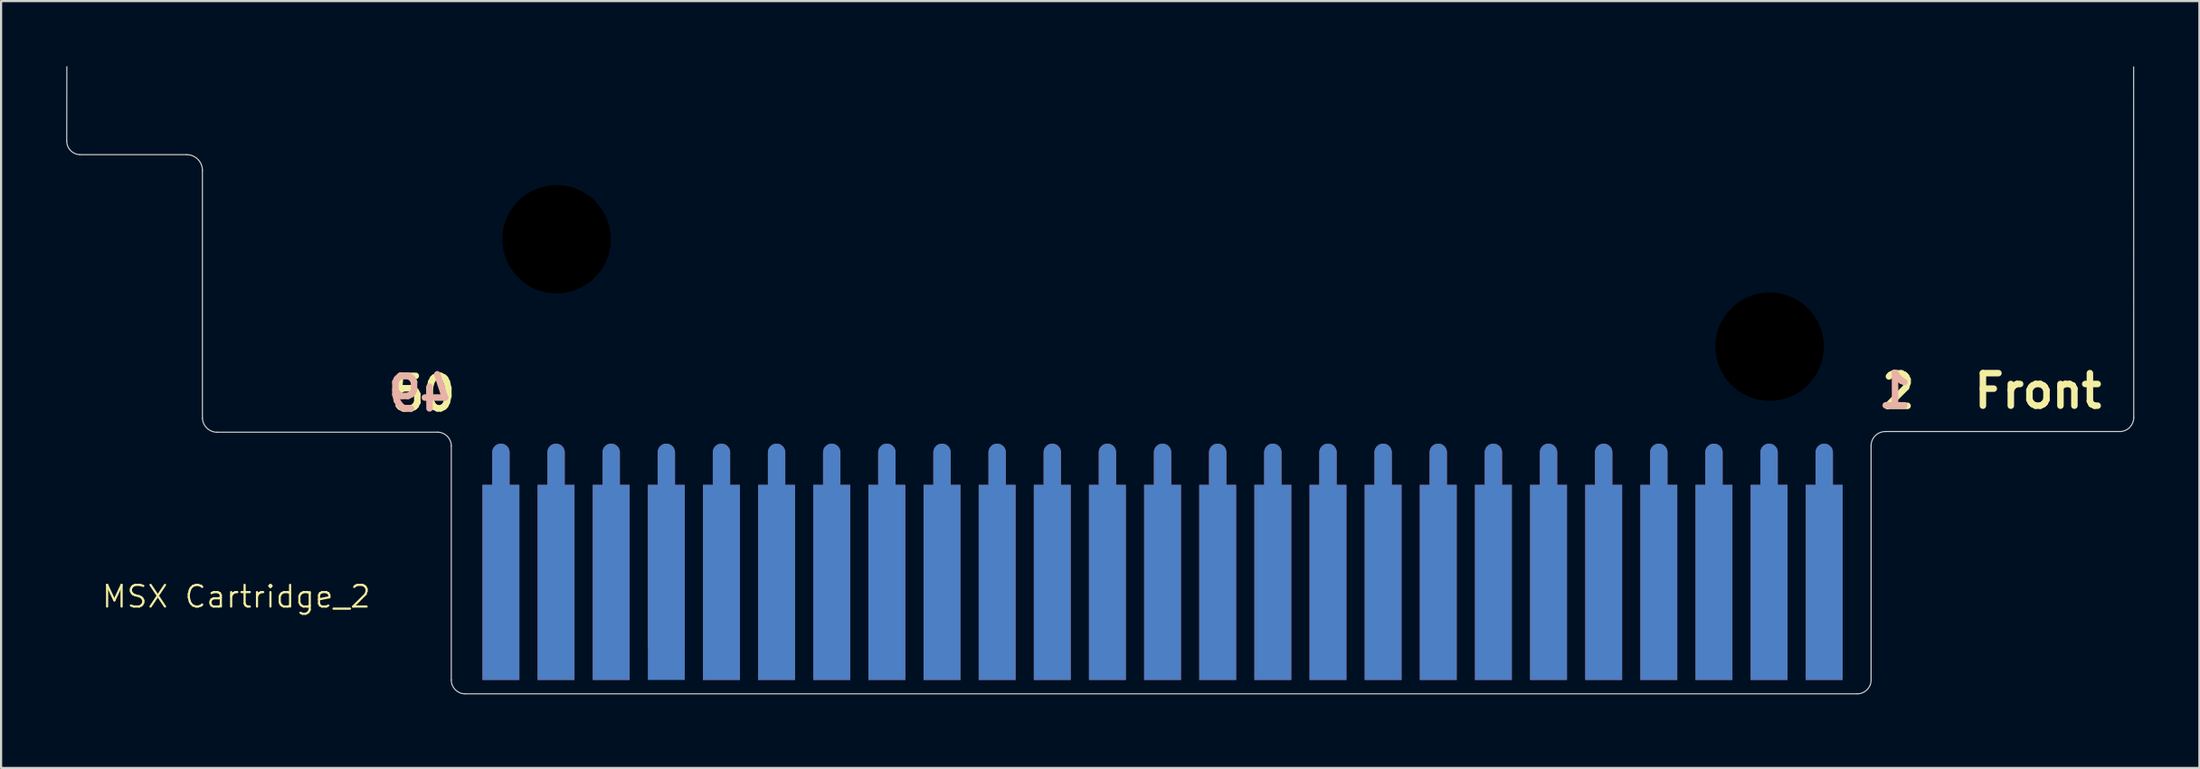
<source format=kicad_pcb>
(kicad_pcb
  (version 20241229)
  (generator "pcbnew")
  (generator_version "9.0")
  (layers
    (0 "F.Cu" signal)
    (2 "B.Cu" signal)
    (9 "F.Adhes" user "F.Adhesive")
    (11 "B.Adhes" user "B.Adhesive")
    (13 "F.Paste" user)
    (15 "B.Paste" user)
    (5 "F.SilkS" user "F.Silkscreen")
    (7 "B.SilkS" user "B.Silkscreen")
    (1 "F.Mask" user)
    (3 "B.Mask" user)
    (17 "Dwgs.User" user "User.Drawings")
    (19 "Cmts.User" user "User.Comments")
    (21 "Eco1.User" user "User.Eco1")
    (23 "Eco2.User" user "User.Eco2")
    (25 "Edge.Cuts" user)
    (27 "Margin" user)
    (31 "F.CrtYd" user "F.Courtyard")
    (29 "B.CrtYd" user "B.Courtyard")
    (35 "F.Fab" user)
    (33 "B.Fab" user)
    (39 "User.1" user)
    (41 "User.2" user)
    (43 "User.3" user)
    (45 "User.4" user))
  (footprint "MSX Cartridge_2"
    (layer "F.Cu")
    (at 20.029 17.805)
    (property "Reference" "MSX Cartridge_2" (at -12.192 6.659 0) (unlocked yes) (layer "F.SilkS") (effects (font (size 1 1) (thickness 0.1))))
    (attr smd)
    (fp_rect (start -2.29 1.535) (end 63.115 11.161) (stroke (width 0) (type solid)) (fill yes) (layer "F.Mask"))
    (fp_rect (start 63.115 1.56) (end -2.29 11.161) (stroke (width 0) (type solid)) (fill yes) (layer "B.Mask"))
    (fp_line (start -20 -17.78) (end -20.004 -14.348) (stroke (width 0.05) (type default)) (layer "Edge.Cuts"))
    (fp_line (start -19.41 -13.723) (end -14.479 -13.723) (stroke (width 0.05) (type default)) (layer "Edge.Cuts"))
    (fp_line (start -13.754 -1.564) (end -13.754 -12.994) (stroke (width 0.05) (type default)) (layer "Edge.Cuts"))
    (fp_line (start -2.925 -0.925) (end -13.085 -0.925) (stroke (width 0.05) (type default)) (layer "Edge.Cuts"))
    (fp_line (start -2.29 10.505) (end -2.29 -0.29) (stroke (width 0.05) (type default)) (layer "Edge.Cuts"))
    (fp_line (start 62.48 11.14) (end -1.655 11.14) (stroke (width 0.05) (type default)) (layer "Edge.Cuts"))
    (fp_line (start 63.115 -0.29) (end 63.115 10.505) (stroke (width 0.05) (type default)) (layer "Edge.Cuts"))
    (fp_line (start 74.571 -0.954) (end 63.776 -0.954) (stroke (width 0.05) (type default)) (layer "Edge.Cuts"))
    (fp_line (start 75.21 -17.77) (end 75.215 -1.598) (stroke (width 0.05) (type default)) (layer "Edge.Cuts"))
    (fp_arc (start -19.4096 -13.722623) (mid -19.831896 -13.916231) (end -20.004345 -14.3476) (stroke (width 0.05) (type default)) (layer "Edge.Cuts"))
    (fp_arc (start -14.4786 -13.722623) (mid -13.964524 -13.508857) (end -13.753588 -12.993613) (stroke (width 0.05) (type default)) (layer "Edge.Cuts"))
    (fp_arc (start -13.085031 -0.921789) (mid -13.546646 -1.11006) (end -13.753587 -1.563613) (stroke (width 0.05) (type default)) (layer "Edge.Cuts"))
    (fp_arc (start -2.925 -0.925) (mid -2.475987 -0.739013) (end -2.29 -0.29) (stroke (width 0.05) (type default)) (layer "Edge.Cuts"))
    (fp_arc (start -1.655 11.14) (mid -2.104013 10.954013) (end -2.29 10.505) (stroke (width 0.05) (type default)) (layer "Edge.Cuts"))
    (fp_arc (start 63.115 10.505) (mid 62.929013 10.954013) (end 62.48 11.14) (stroke (width 0.05) (type default)) (layer "Edge.Cuts"))
    (fp_arc (start 63.115001 -0.29) (mid 63.306001 -0.760549) (end 63.775535 -0.95403) (stroke (width 0.05) (type default)) (layer "Edge.Cuts"))
    (fp_arc (start 75.21497 -1.5976) (mid 75.026167 -1.142222) (end 74.570535 -0.954031) (stroke (width 0.05) (type default)) (layer "Edge.Cuts"))
    (fp_text user "Front" (at 67.712 -1.948 0) (unlocked yes) (layer "F.SilkS") (effects (font (size 1.5 1.5) (thickness 0.3) (bold yes)) (justify left bottom)))
    (fp_text user "2" (at 63.455 -1.939 0) (unlocked yes) (layer "F.SilkS") (effects (font (size 1.5 1.5) (thickness 0.3) (bold yes)) (justify left bottom)))
    (fp_text user "50" (at -5.195 -1.823 0) (unlocked yes) (layer "F.SilkS") (effects (font (size 1.5 1.5) (thickness 0.3) (bold yes)) (justify left bottom)))
    (fp_text user "49" (at -2.095 -1.823 0) (unlocked yes) (layer "B.SilkS") (effects (font (size 1.5 1.5) (thickness 0.3) (bold yes)) (justify left bottom mirror)))
    (fp_text user "1" (at 65.13 -1.964 0) (unlocked yes) (layer "B.SilkS") (effects (font (size 1.5 1.5) (thickness 0.3) (bold yes)) (justify left bottom mirror)))
    (pad "" np_thru_hole circle (at 2.561 -9.823) (size 6 6) (drill 5) (layers "*.Mask"))
    (pad "" np_thru_hole circle (at 58.441 -4.87) (size 6 6) (drill 5) (layers "*.Mask"))
    (pad "1" smd custom (at 60.956 0.003) (size 0.6 0.6) (layers "B.Cu" "B.Mask" "B.Paste") (options (anchor circle)) (primitives (gr_line (start 0 1.5) (end 0 0) (width 0.8)) (gr_poly (pts (xy 0.85 1.5) (xy 0.85 10.5) (xy -0.85 10.5) (xy -0.85 1.5)) (width 0) (fill yes))))
    (pad "2" smd custom (at 60.956 0.003) (size 0.6 0.6) (layers "F.Cu" "F.Mask" "F.Paste") (options (anchor circle)) (primitives (gr_line (start 0 0) (end 0 1.5) (width 0.8)) (gr_poly (pts (xy -0.85 1.5) (xy -0.85 10.5) (xy 0.85 10.5) (xy 0.85 1.5)) (width 0) (fill yes))))
    (pad "3" smd custom (at 58.416 0.003) (size 0.6 0.6) (layers "B.Cu" "B.Mask" "B.Paste") (options (anchor circle)) (primitives (gr_line (start 0 1.5) (end 0 0) (width 0.8)) (gr_poly (pts (xy 0.85 1.5) (xy 0.85 10.5) (xy -0.85 10.5) (xy -0.85 1.5)) (width 0) (fill yes))))
    (pad "4" smd custom (at 58.416 0.003) (size 0.6 0.6) (layers "F.Cu" "F.Mask" "F.Paste") (options (anchor circle)) (primitives (gr_line (start 0 0) (end 0 1.5) (width 0.8)) (gr_poly (pts (xy -0.85 1.5) (xy -0.85 10.5) (xy 0.85 10.5) (xy 0.85 1.5)) (width 0) (fill yes))))
    (pad "5" smd custom (at 55.876 0.003) (size 0.6 0.6) (layers "B.Cu" "B.Mask" "B.Paste") (options (anchor circle)) (primitives (gr_line (start 0 1.5) (end 0 0) (width 0.8)) (gr_poly (pts (xy 0.85 1.5) (xy 0.85 10.5) (xy -0.85 10.5) (xy -0.85 1.5)) (width 0) (fill yes))))
    (pad "6" smd custom (at 55.876 0.003) (size 0.6 0.6) (layers "F.Cu" "F.Mask" "F.Paste") (options (anchor circle)) (primitives (gr_line (start 0 0) (end 0 1.5) (width 0.8)) (gr_poly (pts (xy -0.85 1.5) (xy -0.85 10.5) (xy 0.85 10.5) (xy 0.85 1.5)) (width 0) (fill yes))))
    (pad "7" smd custom (at 53.336 0.003) (size 0.6 0.6) (layers "B.Cu" "B.Mask" "B.Paste") (options (anchor circle)) (primitives (gr_line (start 0 1.5) (end 0 0) (width 0.8)) (gr_poly (pts (xy 0.85 1.5) (xy 0.85 10.5) (xy -0.85 10.5) (xy -0.85 1.5)) (width 0) (fill yes))))
    (pad "8" smd custom (at 53.336 0.003) (size 0.6 0.6) (layers "F.Cu" "F.Mask" "F.Paste") (options (anchor circle)) (primitives (gr_line (start 0 0) (end 0 1.5) (width 0.8)) (gr_poly (pts (xy -0.85 1.5) (xy -0.85 10.5) (xy 0.85 10.5) (xy 0.85 1.5)) (width 0) (fill yes))))
    (pad "9" smd custom (at 50.796 0.003) (size 0.6 0.6) (layers "B.Cu" "B.Mask" "B.Paste") (options (anchor circle)) (primitives (gr_line (start 0 1.5) (end 0 0) (width 0.8)) (gr_poly (pts (xy 0.85 1.5) (xy 0.85 10.5) (xy -0.85 10.5) (xy -0.85 1.5)) (width 0) (fill yes))))
    (pad "10" smd custom (at 50.796 0.003) (size 0.6 0.6) (layers "F.Cu" "F.Mask" "F.Paste") (options (anchor circle)) (primitives (gr_line (start 0 0) (end 0 1.5) (width 0.8)) (gr_poly (pts (xy -0.85 1.5) (xy -0.85 10.5) (xy 0.85 10.5) (xy 0.85 1.5)) (width 0) (fill yes))))
    (pad "11" smd custom (at 48.256 0.003) (size 0.6 0.6) (layers "B.Cu" "B.Mask" "B.Paste") (options (anchor circle)) (primitives (gr_line (start 0 1.5) (end 0 0) (width 0.8)) (gr_poly (pts (xy 0.85 1.5) (xy 0.85 10.5) (xy -0.85 10.5) (xy -0.85 1.5)) (width 0) (fill yes))))
    (pad "12" smd custom (at 48.256 0.003) (size 0.6 0.6) (layers "F.Cu" "F.Mask" "F.Paste") (options (anchor circle)) (primitives (gr_line (start 0 0) (end 0 1.5) (width 0.8)) (gr_poly (pts (xy -0.85 1.5) (xy -0.85 10.5) (xy 0.85 10.5) (xy 0.85 1.5)) (width 0) (fill yes))))
    (pad "13" smd custom (at 45.716 0.003) (size 0.6 0.6) (layers "B.Cu" "B.Mask" "B.Paste") (options (anchor circle)) (primitives (gr_line (start 0 1.5) (end 0 0) (width 0.8)) (gr_poly (pts (xy 0.85 1.5) (xy 0.85 10.5) (xy -0.85 10.5) (xy -0.85 1.5)) (width 0) (fill yes))))
    (pad "14" smd custom (at 45.716 0.003) (size 0.6 0.6) (layers "F.Cu" "F.Mask" "F.Paste") (options (anchor circle)) (primitives (gr_line (start 0 0) (end 0 1.5) (width 0.8)) (gr_poly (pts (xy -0.85 1.5) (xy -0.85 10.5) (xy 0.85 10.5) (xy 0.85 1.5)) (width 0) (fill yes))))
    (pad "15" smd custom (at 43.176 0.003) (size 0.6 0.6) (layers "B.Cu" "B.Mask" "B.Paste") (options (anchor circle)) (primitives (gr_line (start 0 1.5) (end 0 0) (width 0.8)) (gr_poly (pts (xy 0.85 1.5) (xy 0.85 10.5) (xy -0.85 10.5) (xy -0.85 1.5)) (width 0) (fill yes))))
    (pad "16" smd custom (at 43.176 0.003) (size 0.6 0.6) (layers "F.Cu" "F.Mask" "F.Paste") (options (anchor circle)) (primitives (gr_line (start 0 0) (end 0 1.5) (width 0.8)) (gr_poly (pts (xy -0.85 1.5) (xy -0.85 10.5) (xy 0.85 10.5) (xy 0.85 1.5)) (width 0) (fill yes))))
    (pad "17" smd custom (at 40.636 0.003) (size 0.6 0.6) (layers "B.Cu" "B.Mask" "B.Paste") (options (anchor circle)) (primitives (gr_line (start 0 1.5) (end 0 0) (width 0.8)) (gr_poly (pts (xy 0.85 1.5) (xy 0.85 10.5) (xy -0.85 10.5) (xy -0.85 1.5)) (width 0) (fill yes))))
    (pad "18" smd custom (at 40.636 0.003) (size 0.6 0.6) (layers "F.Cu" "F.Mask" "F.Paste") (options (anchor circle)) (primitives (gr_line (start 0 0) (end 0 1.5) (width 0.8)) (gr_poly (pts (xy -0.85 1.5) (xy -0.85 10.5) (xy 0.85 10.5) (xy 0.85 1.5)) (width 0) (fill yes))))
    (pad "19" smd custom (at 38.096 0.003) (size 0.6 0.6) (layers "B.Cu" "B.Mask" "B.Paste") (options (anchor circle)) (primitives (gr_line (start 0 1.5) (end 0 0) (width 0.8)) (gr_poly (pts (xy 0.85 1.5) (xy 0.85 10.5) (xy -0.85 10.5) (xy -0.85 1.5)) (width 0) (fill yes))))
    (pad "20" smd custom (at 38.096 0.003) (size 0.6 0.6) (layers "F.Cu" "F.Mask" "F.Paste") (options (anchor circle)) (primitives (gr_line (start 0 0) (end 0 1.5) (width 0.8)) (gr_poly (pts (xy -0.85 1.5) (xy -0.85 10.5) (xy 0.85 10.5) (xy 0.85 1.5)) (width 0) (fill yes))))
    (pad "21" smd custom (at 35.556 0.003) (size 0.6 0.6) (layers "B.Cu" "B.Mask" "B.Paste") (options (anchor circle)) (primitives (gr_line (start 0 1.5) (end 0 0) (width 0.8)) (gr_poly (pts (xy 0.85 1.5) (xy 0.85 10.5) (xy -0.85 10.5) (xy -0.85 1.5)) (width 0) (fill yes))))
    (pad "22" smd custom (at 35.556 0.003) (size 0.6 0.6) (layers "F.Cu" "F.Mask" "F.Paste") (options (anchor circle)) (primitives (gr_line (start 0 0) (end 0 1.5) (width 0.8)) (gr_poly (pts (xy -0.85 1.5) (xy -0.85 10.5) (xy 0.85 10.5) (xy 0.85 1.5)) (width 0) (fill yes))))
    (pad "23" smd custom (at 33.016 0.003) (size 0.6 0.6) (layers "B.Cu" "B.Mask" "B.Paste") (options (anchor circle)) (primitives (gr_line (start 0 1.5) (end 0 0) (width 0.8)) (gr_poly (pts (xy 0.85 1.5) (xy 0.85 10.5) (xy -0.85 10.5) (xy -0.85 1.5)) (width 0) (fill yes))))
    (pad "24" smd custom (at 33.016 0.003) (size 0.6 0.6) (layers "F.Cu" "F.Mask" "F.Paste") (options (anchor circle)) (primitives (gr_line (start 0 0) (end 0 1.5) (width 0.8)) (gr_poly (pts (xy -0.85 1.5) (xy -0.85 10.5) (xy 0.85 10.5) (xy 0.85 1.5)) (width 0) (fill yes))))
    (pad "25" smd custom (at 30.476 0.003) (size 0.6 0.6) (layers "B.Cu" "B.Mask" "B.Paste") (options (anchor circle)) (primitives (gr_line (start 0 1.5) (end 0 0) (width 0.8)) (gr_poly (pts (xy 0.85 1.5) (xy 0.85 10.5) (xy -0.85 10.5) (xy -0.85 1.5)) (width 0) (fill yes))))
    (pad "26" smd custom (at 30.476 0.003) (size 0.6 0.6) (layers "F.Cu" "F.Mask" "F.Paste") (options (anchor circle)) (primitives (gr_line (start 0 0) (end 0 1.5) (width 0.8)) (gr_poly (pts (xy -0.85 1.5) (xy -0.85 10.5) (xy 0.85 10.5) (xy 0.85 1.5)) (width 0) (fill yes))))
    (pad "27" smd custom (at 27.936 0.003) (size 0.6 0.6) (layers "B.Cu" "B.Mask" "B.Paste") (options (anchor circle)) (primitives (gr_line (start 0 1.5) (end 0 0) (width 0.8)) (gr_poly (pts (xy 0.85 1.5) (xy 0.85 10.5) (xy -0.85 10.5) (xy -0.85 1.5)) (width 0) (fill yes))))
    (pad "28" smd custom (at 27.936 0.003) (size 0.6 0.6) (layers "F.Cu" "F.Mask" "F.Paste") (options (anchor circle)) (primitives (gr_line (start 0 0) (end 0 1.5) (width 0.8)) (gr_poly (pts (xy -0.85 1.5) (xy -0.85 10.5) (xy 0.85 10.5) (xy 0.85 1.5)) (width 0) (fill yes))))
    (pad "29" smd custom (at 25.396 0.003) (size 0.6 0.6) (layers "B.Cu" "B.Mask" "B.Paste") (options (anchor circle)) (primitives (gr_line (start 0 1.5) (end 0 0) (width 0.8)) (gr_poly (pts (xy 0.85 1.5) (xy 0.85 10.5) (xy -0.85 10.5) (xy -0.85 1.5)) (width 0) (fill yes))))
    (pad "30" smd custom (at 25.396 0.003) (size 0.6 0.6) (layers "F.Cu" "F.Mask" "F.Paste") (options (anchor circle)) (primitives (gr_line (start 0 0) (end 0 1.5) (width 0.8)) (gr_poly (pts (xy -0.85 1.5) (xy -0.85 10.5) (xy 0.85 10.5) (xy 0.85 1.5)) (width 0) (fill yes))))
    (pad "31" smd custom (at 22.856 0.003) (size 0.6 0.6) (layers "B.Cu" "B.Mask" "B.Paste") (options (anchor circle)) (primitives (gr_line (start 0 1.5) (end 0 0) (width 0.8)) (gr_poly (pts (xy 0.85 1.5) (xy 0.85 10.5) (xy -0.85 10.5) (xy -0.85 1.5)) (width 0) (fill yes))))
    (pad "32" smd custom (at 22.856 0.003) (size 0.6 0.6) (layers "F.Cu" "F.Mask" "F.Paste") (options (anchor circle)) (primitives (gr_line (start 0 0) (end 0 1.5) (width 0.8)) (gr_poly (pts (xy -0.85 1.5) (xy -0.85 10.5) (xy 0.85 10.5) (xy 0.85 1.5)) (width 0) (fill yes))))
    (pad "33" smd custom (at 20.316 0.003) (size 0.6 0.6) (layers "B.Cu" "B.Mask" "B.Paste") (options (anchor circle)) (primitives (gr_line (start 0 1.5) (end 0 0) (width 0.8)) (gr_poly (pts (xy 0.85 1.5) (xy 0.85 10.5) (xy -0.85 10.5) (xy -0.85 1.5)) (width 0) (fill yes))))
    (pad "34" smd custom (at 20.316 0.003) (size 0.6 0.6) (layers "F.Cu" "F.Mask" "F.Paste") (options (anchor circle)) (primitives (gr_line (start 0 0) (end 0 1.5) (width 0.8)) (gr_poly (pts (xy -0.85 1.5) (xy -0.85 10.5) (xy 0.85 10.5) (xy 0.85 1.5)) (width 0) (fill yes))))
    (pad "35" smd custom (at 17.776 0.003) (size 0.6 0.6) (layers "B.Cu" "B.Mask" "B.Paste") (options (anchor circle)) (primitives (gr_line (start 0 1.5) (end 0 0) (width 0.8)) (gr_poly (pts (xy 0.85 1.5) (xy 0.85 10.5) (xy -0.85 10.5) (xy -0.85 1.5)) (width 0) (fill yes))))
    (pad "36" smd custom (at 17.776 0.003) (size 0.6 0.6) (layers "F.Cu" "F.Mask" "F.Paste") (options (anchor circle)) (primitives (gr_line (start 0 0) (end 0 1.5) (width 0.8)) (gr_poly (pts (xy -0.85 1.5) (xy -0.85 10.5) (xy 0.85 10.5) (xy 0.85 1.5)) (width 0) (fill yes))))
    (pad "37" smd custom (at 15.236 0.003) (size 0.6 0.6) (layers "B.Cu" "B.Mask" "B.Paste") (options (anchor circle)) (primitives (gr_line (start 0 1.5) (end 0 0) (width 0.8)) (gr_poly (pts (xy 0.85 1.5) (xy 0.85 10.5) (xy -0.85 10.5) (xy -0.85 1.5)) (width 0) (fill yes))))
    (pad "38" smd custom (at 15.236 0.003) (size 0.6 0.6) (layers "F.Cu" "F.Mask" "F.Paste") (options (anchor circle)) (primitives (gr_line (start 0 0) (end 0 1.5) (width 0.8)) (gr_poly (pts (xy -0.85 1.5) (xy -0.85 10.5) (xy 0.85 10.5) (xy 0.85 1.5)) (width 0) (fill yes))))
    (pad "39" smd custom (at 12.696 0.003) (size 0.6 0.6) (layers "B.Cu" "B.Mask" "B.Paste") (options (anchor circle)) (primitives (gr_line (start 0 1.5) (end 0 0) (width 0.8)) (gr_poly (pts (xy 0.85 1.5) (xy 0.85 10.5) (xy -0.85 10.5) (xy -0.85 1.5)) (width 0) (fill yes))))
    (pad "40" smd custom (at 12.696 0.003) (size 0.6 0.6) (layers "F.Cu" "F.Mask" "F.Paste") (options (anchor circle)) (primitives (gr_line (start 0 0) (end 0 1.5) (width 0.8)) (gr_poly (pts (xy -0.85 1.5) (xy -0.85 10.5) (xy 0.85 10.5) (xy 0.85 1.5)) (width 0) (fill yes))))
    (pad "41" smd custom (at 10.156 0.003) (size 0.6 0.6) (layers "B.Cu" "B.Mask" "B.Paste") (options (anchor circle)) (primitives (gr_line (start 0 1.5) (end 0 0) (width 0.8)) (gr_poly (pts (xy 0.85 1.5) (xy 0.85 10.5) (xy -0.85 10.5) (xy -0.85 1.5)) (width 0) (fill yes))))
    (pad "42" smd custom (at 10.156 0.003) (size 0.6 0.6) (layers "F.Cu" "F.Mask" "F.Paste") (options (anchor circle)) (primitives (gr_line (start 0 0) (end 0 1.5) (width 0.8)) (gr_poly (pts (xy -0.85 1.5) (xy -0.85 10.5) (xy 0.85 10.5) (xy 0.85 1.5)) (width 0) (fill yes))))
    (pad "43" smd custom (at 7.616 0.003) (size 0.6 0.6) (layers "B.Cu" "B.Mask" "B.Paste") (options (anchor circle)) (primitives (gr_line (start 0 1.5) (end 0 0) (width 0.8)) (gr_poly (pts (xy 0.85 1.5) (xy 0.85 10.5) (xy -0.85 10.5) (xy -0.85 1.5)) (width 0) (fill yes))))
    (pad "44" smd custom (at 7.616 0.003) (size 0.6 0.6) (layers "F.Cu" "F.Mask" "F.Paste") (options (anchor circle)) (primitives (gr_line (start 0 0) (end 0 1.5) (width 0.8)) (gr_poly (pts (xy -0.85 1.5) (xy -0.85 9) (xy 0.85 9) (xy 0.85 1.5)) (width 0) (fill yes))))
    (pad "45" smd custom (at 5.076 0.003) (size 0.6 0.6) (layers "B.Cu" "B.Mask" "B.Paste") (options (anchor circle)) (primitives (gr_line (start 0 1.5) (end 0 0) (width 0.8)) (gr_poly (pts (xy 0.85 1.5) (xy 0.85 10.5) (xy -0.85 10.5) (xy -0.85 1.5)) (width 0) (fill yes))))
    (pad "46" smd custom (at 5.076 0.003) (size 0.6 0.6) (layers "F.Cu" "F.Mask" "F.Paste") (options (anchor circle)) (primitives (gr_line (start 0 0) (end 0 1.5) (width 0.8)) (gr_poly (pts (xy -0.85 1.5) (xy -0.85 10.5) (xy 0.85 10.5) (xy 0.85 1.5)) (width 0) (fill yes))))
    (pad "47" smd custom (at 2.536 0.003) (size 0.6 0.6) (layers "B.Cu" "B.Mask" "B.Paste") (options (anchor circle)) (primitives (gr_line (start 0 1.5) (end 0 0) (width 0.8)) (gr_poly (pts (xy 0.85 1.5) (xy 0.85 10.5) (xy -0.85 10.5) (xy -0.85 1.5)) (width 0) (fill yes))))
    (pad "48" smd custom (at 2.536 0.003) (size 0.6 0.6) (layers "F.Cu" "F.Mask" "F.Paste") (options (anchor circle)) (primitives (gr_line (start 0 0) (end 0 1.5) (width 0.8)) (gr_poly (pts (xy -0.85 1.5) (xy -0.85 10.5) (xy 0.85 10.5) (xy 0.85 1.5)) (width 0) (fill yes))))
    (pad "49" smd custom (at -0.004 0.003) (size 0.6 0.6) (layers "B.Cu" "B.Mask" "B.Paste") (options (anchor circle)) (primitives (gr_line (start 0 1.5) (end 0 0) (width 0.8)) (gr_poly (pts (xy 0.85 1.5) (xy 0.85 10.5) (xy -0.85 10.5) (xy -0.85 1.5)) (width 0) (fill yes))))
    (pad "50" smd custom (at -0.004 0.003) (size 0.6 0.6) (layers "F.Cu" "F.Mask" "F.Paste") (options (anchor circle)) (primitives (gr_line (start 0 0) (end 0 1.5) (width 0.8)) (gr_poly (pts (xy -0.85 1.5) (xy -0.85 10.5) (xy 0.85 10.5) (xy 0.85 1.5)) (width 0) (fill yes))))
    (zone (net_name "") (layers "F.Cu" "B.Cu") (hatch edge 0.5) (connect_pads) (min_thickness 0.25) (filled_areas_thickness no) (keepout (tracks not_allowed) (vias not_allowed) (pads not_allowed) (copperpour not_allowed) (footprints allowed)) (placement (enabled no)) (fill) (polygon (pts (xy 17.051 19.356) (xy 83.551 19.356) (xy 83.525 29.365) (xy 17.025 29.365)))))
  (gr_rect
    (start -3 -3)
    (end 98.269 32.365)
    (stroke (width 0.1) (type default))
    (fill no)
    (layer "Edge.Cuts")))
</source>
